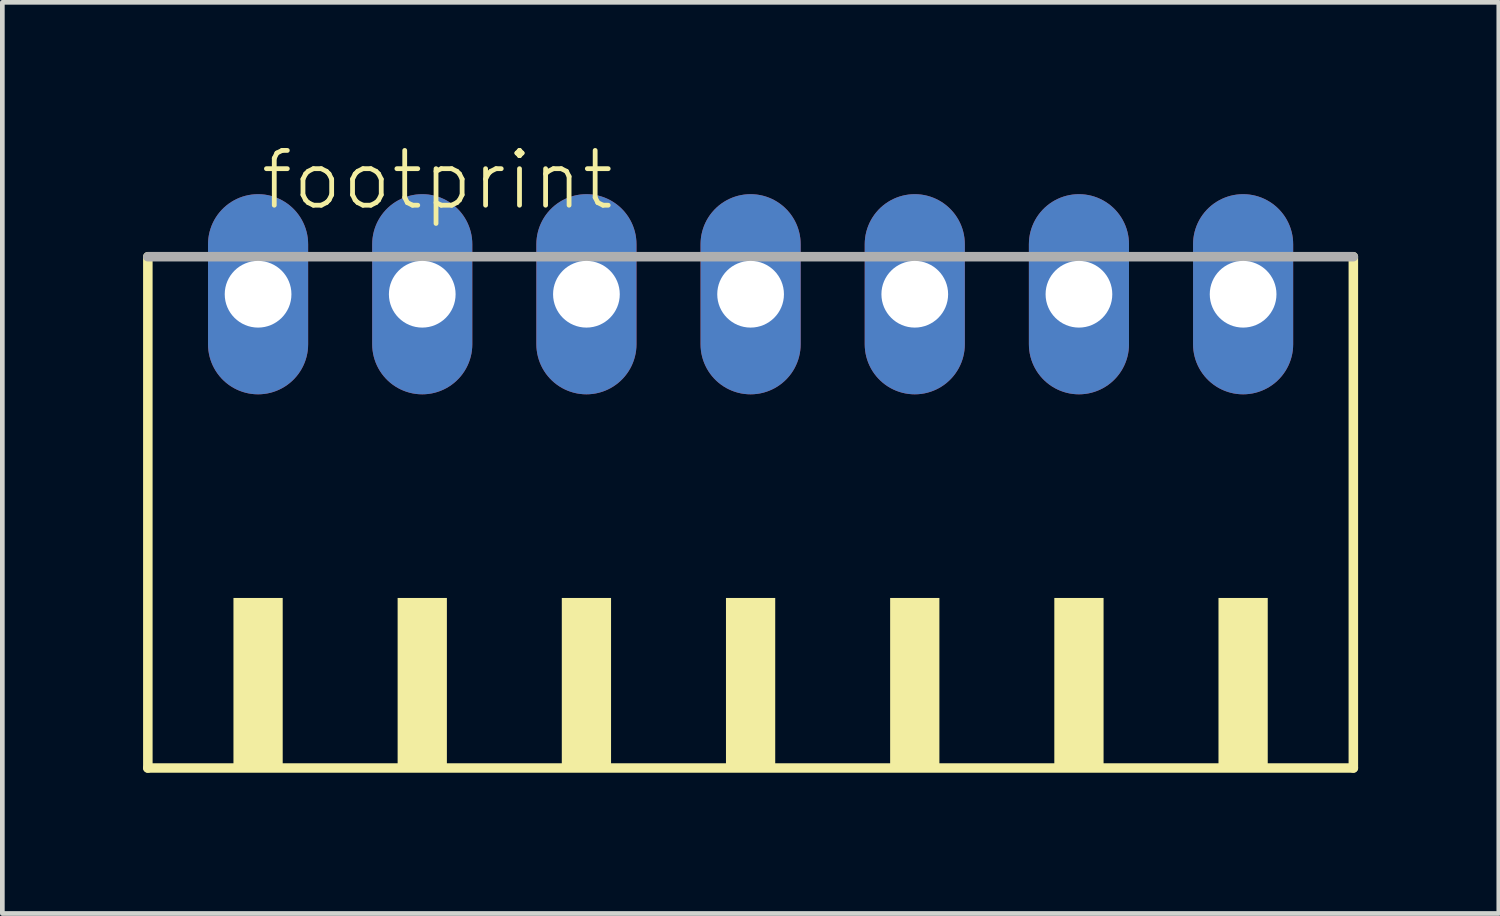
<source format=kicad_pcb>
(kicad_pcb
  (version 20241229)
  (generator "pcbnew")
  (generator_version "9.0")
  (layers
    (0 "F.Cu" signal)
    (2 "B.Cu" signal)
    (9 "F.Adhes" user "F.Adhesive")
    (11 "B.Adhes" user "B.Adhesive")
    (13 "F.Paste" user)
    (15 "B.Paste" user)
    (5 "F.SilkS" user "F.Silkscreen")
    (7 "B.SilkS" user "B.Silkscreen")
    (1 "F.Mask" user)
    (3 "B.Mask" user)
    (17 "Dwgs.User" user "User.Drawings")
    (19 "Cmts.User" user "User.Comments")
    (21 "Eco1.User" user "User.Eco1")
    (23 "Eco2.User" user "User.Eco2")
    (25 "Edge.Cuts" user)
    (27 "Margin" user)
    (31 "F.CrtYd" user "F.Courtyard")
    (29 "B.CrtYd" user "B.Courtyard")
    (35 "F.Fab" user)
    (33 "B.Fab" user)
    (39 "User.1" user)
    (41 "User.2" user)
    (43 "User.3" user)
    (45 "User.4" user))
  (footprint "footprint"
    (layer "F.Cu")
    (at 12.952 8.473)
    (property "Reference" "footprint" (at -10.5 -7 0) (layer "F.SilkS") (effects (font (size 1.168 1.168) (thickness 0.102)) (justify left bottom)))
    (fp_line (start -12.85 -6.05) (end -12.85 4.85) (stroke (width 0.203) (type solid)) (layer "F.SilkS"))
    (fp_line (start -12.85 4.85) (end 12.85 4.85) (stroke (width 0.203) (type solid)) (layer "F.SilkS"))
    (fp_line (start 12.85 4.85) (end 12.85 -6.05) (stroke (width 0.203) (type solid)) (layer "F.SilkS"))
    (fp_poly (pts (xy -11.025 4.9) (xy -9.975 4.9) (xy -9.975 1.225) (xy -11.025 1.225)) (stroke (width 0) (type solid)) (fill yes) (layer "F.SilkS"))
    (fp_poly (pts (xy -7.525 4.9) (xy -6.475 4.9) (xy -6.475 1.225) (xy -7.525 1.225)) (stroke (width 0) (type solid)) (fill yes) (layer "F.SilkS"))
    (fp_poly (pts (xy -4.025 4.9) (xy -2.975 4.9) (xy -2.975 1.225) (xy -4.025 1.225)) (stroke (width 0) (type solid)) (fill yes) (layer "F.SilkS"))
    (fp_poly (pts (xy -0.525 4.9) (xy 0.525 4.9) (xy 0.525 1.225) (xy -0.525 1.225)) (stroke (width 0) (type solid)) (fill yes) (layer "F.SilkS"))
    (fp_poly (pts (xy 2.975 4.9) (xy 4.025 4.9) (xy 4.025 1.225) (xy 2.975 1.225)) (stroke (width 0) (type solid)) (fill yes) (layer "F.SilkS"))
    (fp_poly (pts (xy 6.475 4.9) (xy 7.525 4.9) (xy 7.525 1.225) (xy 6.475 1.225)) (stroke (width 0) (type solid)) (fill yes) (layer "F.SilkS"))
    (fp_poly (pts (xy 9.975 4.9) (xy 11.025 4.9) (xy 11.025 1.225) (xy 9.975 1.225)) (stroke (width 0) (type solid)) (fill yes) (layer "F.SilkS"))
    (fp_line (start 12.85 -6.05) (end -12.85 -6.05) (stroke (width 0.203) (type solid)) (layer "F.Fab"))
    (pad "1" thru_hole oval (at -10.5 -5.25 90) (size 4.267 2.134) (drill 1.422) (layers "*.Cu" "*.Mask"))
    (pad "2" thru_hole oval (at -7 -5.25 90) (size 4.267 2.134) (drill 1.422) (layers "*.Cu" "*.Mask"))
    (pad "3" thru_hole oval (at -3.5 -5.25 90) (size 4.267 2.134) (drill 1.422) (layers "*.Cu" "*.Mask"))
    (pad "4" thru_hole oval (at 0 -5.25 90) (size 4.267 2.134) (drill 1.422) (layers "*.Cu" "*.Mask"))
    (pad "5" thru_hole oval (at 3.5 -5.25 90) (size 4.267 2.134) (drill 1.422) (layers "*.Cu" "*.Mask"))
    (pad "6" thru_hole oval (at 7 -5.25 90) (size 4.267 2.134) (drill 1.422) (layers "*.Cu" "*.Mask"))
    (pad "7" thru_hole oval (at 10.5 -5.25 90) (size 4.267 2.134) (drill 1.422) (layers "*.Cu" "*.Mask")))
  (gr_rect
    (start -3 -3)
    (end 28.903 16.425)
    (stroke (width 0.1) (type default))
    (fill no)
    (layer "Edge.Cuts")))
</source>
